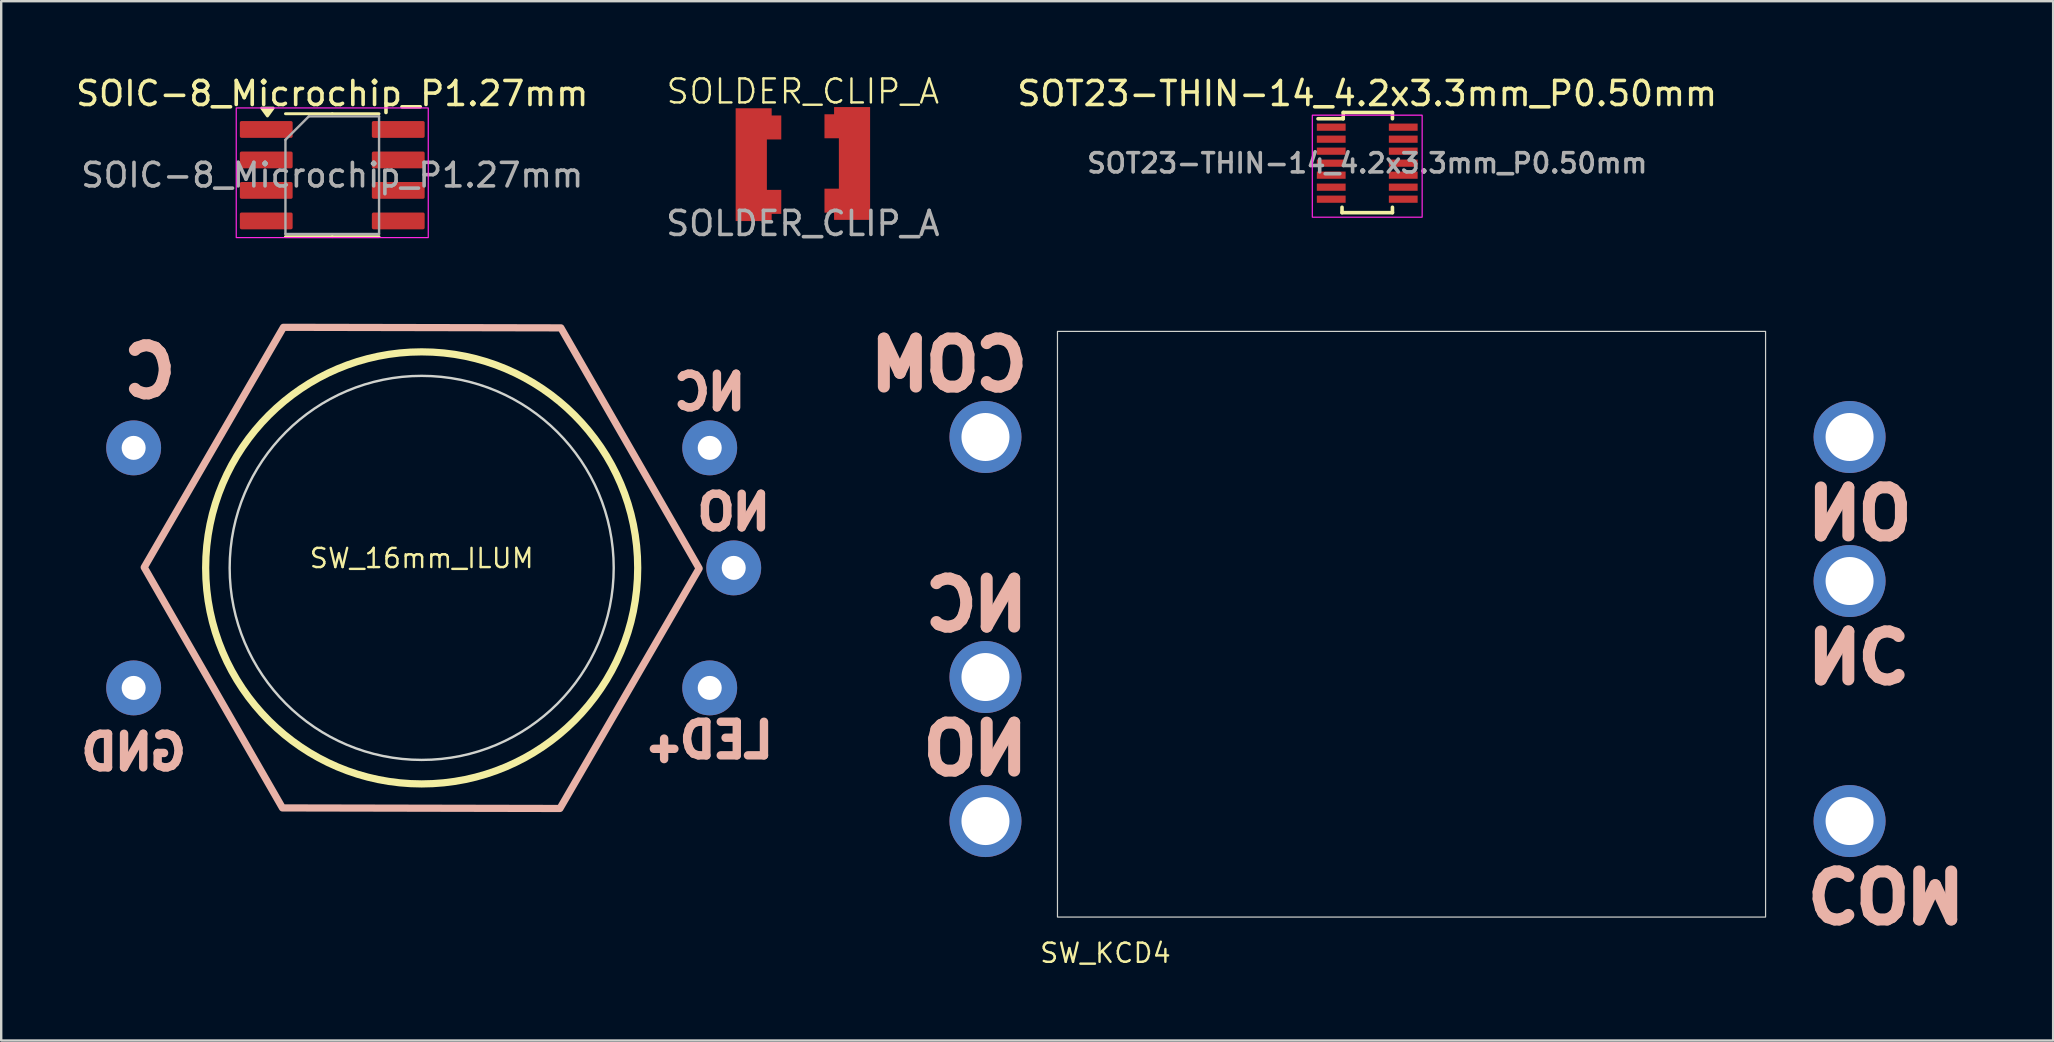
<source format=kicad_pcb>
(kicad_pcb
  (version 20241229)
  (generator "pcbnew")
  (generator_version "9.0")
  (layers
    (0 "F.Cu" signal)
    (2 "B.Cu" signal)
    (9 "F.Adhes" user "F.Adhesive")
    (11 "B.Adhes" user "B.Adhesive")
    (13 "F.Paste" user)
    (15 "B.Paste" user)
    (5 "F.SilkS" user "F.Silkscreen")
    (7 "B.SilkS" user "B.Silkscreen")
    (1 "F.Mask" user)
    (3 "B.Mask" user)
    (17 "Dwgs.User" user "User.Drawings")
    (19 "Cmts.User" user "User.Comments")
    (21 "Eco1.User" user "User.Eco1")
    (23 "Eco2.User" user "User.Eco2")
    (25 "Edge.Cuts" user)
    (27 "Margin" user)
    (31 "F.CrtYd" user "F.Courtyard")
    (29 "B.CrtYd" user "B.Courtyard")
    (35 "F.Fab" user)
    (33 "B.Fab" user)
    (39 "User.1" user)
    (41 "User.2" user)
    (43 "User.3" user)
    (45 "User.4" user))
  (footprint "SOLDER_CLIP_A"
    (layer "F.Cu")
    (at 30.399 3.76)
    (property "Reference" "SOLDER_CLIP_A" (at 0 -3 0) (unlocked yes) (layer "F.SilkS") (effects (font (size 1 1) (thickness 0.1))))
    (attr smd)
    (fp_text user "${REFERENCE}" (at 0 2.5 0) (unlocked yes) (layer "F.Fab") (effects (font (size 1 1) (thickness 0.15))))
    (pad "" smd custom (at -2.3 0.05 270) (size 1 1) (property pad_prop_heatsink) (layers "F.Cu" "F.Mask" "F.Paste") (options (anchor rect)) (primitives (gr_poly (pts (xy -2.35 0.5) (xy -2.35 -1) (xy -2.05 -1) (xy -2.05 -1.4) (xy -1.05 -1.4) (xy -1.05 -0.8) (xy 0 -0.8) (xy 1.05 -0.8) (xy 1.05 -1.4) (xy 2.05 -1.4) (xy 2.05 -1) (xy 2.35 -1) (xy 2.35 0.5) (xy 0 0.5)) (width 0.001) (fill yes))))
    (pad "" smd custom (at 2.3 0 90) (size 1 1) (property pad_prop_heatsink) (layers "F.Cu" "F.Mask" "F.Paste") (options (anchor rect)) (primitives (gr_poly (pts (xy -2.35 0.5) (xy -2.35 -1) (xy -2.05 -1) (xy -2.05 -1.4) (xy -1.05 -1.4) (xy -1.05 -0.8) (xy 0 -0.8) (xy 1.05 -0.8) (xy 1.05 -1.4) (xy 2.05 -1.4) (xy 2.05 -1) (xy 2.35 -1) (xy 2.35 0.5) (xy 0 0.5)) (width 0.001) (fill yes)))))
  (footprint "SOIC-8_Microchip_P1.27mm"
    (layer "F.Cu")
    (at 10.792 4.248)
    (property "Reference" "SOIC-8_Microchip_P1.27mm" (at 0 -3.4 0) (layer "F.SilkS") (effects (font (size 1 1) (thickness 0.15))))
    (attr smd)
    (fp_line (start 0 -2.56) (end -1.95 -2.56) (stroke (width 0.12) (type solid)) (layer "F.SilkS"))
    (fp_line (start 0 -2.56) (end 1.95 -2.56) (stroke (width 0.12) (type solid)) (layer "F.SilkS"))
    (fp_line (start 0 2.56) (end -1.95 2.56) (stroke (width 0.12) (type solid)) (layer "F.SilkS"))
    (fp_line (start 0 2.56) (end 1.95 2.56) (stroke (width 0.12) (type solid)) (layer "F.SilkS"))
    (fp_poly (pts (xy -2.7 -2.465) (xy -2.94 -2.795) (xy -2.46 -2.795) (xy -2.7 -2.465)) (stroke (width 0.12) (type solid)) (fill yes) (layer "F.SilkS"))
    (fp_rect (start -4 -2.8) (end 4 2.6) (stroke (width 0.05) (type default)) (fill no) (layer "F.CrtYd"))
    (fp_line (start -1.95 -1.475) (end -0.975 -2.45) (stroke (width 0.1) (type solid)) (layer "F.Fab"))
    (fp_line (start -1.95 2.45) (end -1.95 -1.475) (stroke (width 0.1) (type solid)) (layer "F.Fab"))
    (fp_line (start -0.975 -2.45) (end 1.95 -2.45) (stroke (width 0.1) (type solid)) (layer "F.Fab"))
    (fp_line (start 1.95 -2.45) (end 1.95 2.45) (stroke (width 0.1) (type solid)) (layer "F.Fab"))
    (fp_line (start 1.95 2.45) (end -1.95 2.45) (stroke (width 0.1) (type solid)) (layer "F.Fab"))
    (fp_text user "${REFERENCE}" (at 0 0 0) (layer "F.Fab") (effects (font (size 0.98 0.98) (thickness 0.15))))
    (pad "1" smd roundrect (at -2.75 -1.905) (size 2.2 0.7) (layers "F.Cu" "F.Mask" "F.Paste") (roundrect_rratio 0.1))
    (pad "2" smd roundrect (at -2.75 -0.635) (size 2.2 0.7) (layers "F.Cu" "F.Mask" "F.Paste") (roundrect_rratio 0.1))
    (pad "3" smd roundrect (at -2.75 0.635) (size 2.2 0.7) (layers "F.Cu" "F.Mask" "F.Paste") (roundrect_rratio 0.1))
    (pad "4" smd roundrect (at -2.75 1.905) (size 2.2 0.7) (layers "F.Cu" "F.Mask" "F.Paste") (roundrect_rratio 0.1))
    (pad "5" smd roundrect (at 2.75 1.905) (size 2.2 0.7) (layers "F.Cu" "F.Mask" "F.Paste") (roundrect_rratio 0.1))
    (pad "6" smd roundrect (at 2.75 0.635) (size 2.2 0.7) (layers "F.Cu" "F.Mask" "F.Paste") (roundrect_rratio 0.1))
    (pad "7" smd roundrect (at 2.75 -0.635) (size 2.2 0.7) (layers "F.Cu" "F.Mask" "F.Paste") (roundrect_rratio 0.1))
    (pad "8" smd roundrect (at 2.75 -1.905) (size 2.2 0.7) (layers "F.Cu" "F.Mask" "F.Paste") (roundrect_rratio 0.1)))
  (footprint "SW_16mm_ILUM"
    (layer "F.Cu")
    (at 14.518 20.609)
    (property "Reference" "SW_16mm_ILUM" (at 0 -0.4 0) (unlocked yes) (layer "F.SilkS") (effects (font (size 0.8 0.8) (thickness 0.1))))
    (attr through_hole)
    (fp_circle (center 0 0) (end 9 0) (stroke (width 0.3) (type default)) (fill no) (layer "F.SilkS"))
    (fp_poly (pts (xy 5.8 -10) (xy 11.56 0.023) (xy 5.76 10.023) (xy -5.8 10) (xy -11.56 -0.023) (xy -5.76 -10.023)) (stroke (width 0.3) (type solid)) (fill no) (layer "B.SilkS"))
    (fp_circle (center 0 0) (end 8 0) (stroke (width 0.1) (type default)) (fill no) (layer "Edge.Cuts"))
    (fp_text user "LED_{+}" (at 12 8 0) (unlocked yes) (layer "B.SilkS") (effects (font (size 1.4 1.4) (thickness 0.35) (bold yes)) (justify bottom mirror)))
    (fp_text user "NO" (at 13 -1.5 0) (unlocked yes) (layer "B.SilkS") (effects (font (size 1.4 1.4) (thickness 0.35) (bold yes)) (justify bottom mirror)))
    (fp_text user "GND" (at -12 8.5 0) (unlocked yes) (layer "B.SilkS") (effects (font (size 1.4 1.4) (thickness 0.35) (bold yes)) (justify bottom mirror)))
    (fp_text user "C" (at -10 -7 0) (unlocked yes) (layer "B.SilkS") (effects (font (size 2 2) (thickness 0.5) (bold yes)) (justify left bottom mirror)))
    (fp_text user "NC" (at 12 -6.5 0) (unlocked yes) (layer "B.SilkS") (effects (font (size 1.4 1.4) (thickness 0.35) (bold yes)) (justify bottom mirror)))
    (pad "1" thru_hole circle (at -12 5) (size 2.286 2.286) (drill 1) (layers "*.Cu" "*.Mask"))
    (pad "2" thru_hole circle (at 12 5) (size 2.286 2.286) (drill 1) (layers "*.Cu" "*.Mask"))
    (pad "3" thru_hole circle (at -12 -5) (size 2.286 2.286) (drill 1) (layers "*.Cu" "*.Mask"))
    (pad "4" thru_hole circle (at 12 -5) (size 2.286 2.286) (drill 1) (layers "*.Cu" "*.Mask"))
    (pad "5" thru_hole circle (at 13 0) (size 2.286 2.286) (drill 1) (layers "*.Cu" "*.Mask")))
  (footprint "SW_KCD4"
    (layer "F.Cu")
    (at 41.006 35.156)
    (property "Reference" "SW_KCD4" (at 2 1.5 0) (unlocked yes) (layer "F.SilkS") (effects (font (size 0.8 0.8) (thickness 0.1))))
    (attr through_hole)
    (fp_rect (start 0 -24.4) (end 29.5 0) (stroke (width 0.05) (type default)) (fill no) (layer "Edge.Cuts"))
    (fp_text user "COM" (at 31 -1 180) (unlocked yes) (layer "B.SilkS") (effects (font (size 2 2) (thickness 0.5) (bold yes)) (justify left mirror)))
    (fp_text user "NO" (at -1 -7 0) (unlocked yes) (layer "B.SilkS") (effects (font (size 2 2) (thickness 0.5) (bold yes)) (justify left mirror)))
    (fp_text user "COM" (at -1 -23 0) (unlocked yes) (layer "B.SilkS") (effects (font (size 2 2) (thickness 0.5) (bold yes)) (justify left mirror)))
    (fp_text user "NC" (at -1 -13 0) (unlocked yes) (layer "B.SilkS") (effects (font (size 2 2) (thickness 0.5) (bold yes)) (justify left mirror)))
    (fp_text user "NO" (at 31 -17 180) (unlocked yes) (layer "B.SilkS") (effects (font (size 2 2) (thickness 0.5) (bold yes)) (justify left mirror)))
    (fp_text user "NC" (at 31 -11 180) (unlocked yes) (layer "B.SilkS") (effects (font (size 2 2) (thickness 0.5) (bold yes)) (justify left mirror)))
    (pad "1" thru_hole circle (at -3 -10) (size 3 3) (drill 2) (layers "*.Cu" "*.Mask"))
    (pad "2" thru_hole circle (at -3 -20) (size 3 3) (drill 2) (layers "*.Cu" "*.Mask"))
    (pad "3" thru_hole circle (at -3 -4) (size 3 3) (drill 2) (layers "*.Cu" "*.Mask"))
    (pad "4" thru_hole circle (at 33 -14) (size 3 3) (drill 2) (layers "*.Cu" "*.Mask"))
    (pad "5" thru_hole circle (at 33 -4) (size 3 3) (drill 2) (layers "*.Cu" "*.Mask"))
    (pad "6" thru_hole circle (at 33 -20) (size 3 3) (drill 2) (layers "*.Cu" "*.Mask")))
  (footprint "SOT23-THIN-14_4.2x3.3mm_P0.50mm"
    (layer "F.Cu")
    (at 53.911 3.748)
    (property "Reference" "SOT23-THIN-14_4.2x3.3mm_P0.50mm" (at 0 -2.9 0) (layer "F.SilkS") (effects (font (size 1 1) (thickness 0.15))))
    (attr smd)
    (fp_line (start -1.05 2.062) (end -1.05 1.837) (stroke (width 0.15) (type solid)) (layer "F.SilkS"))
    (fp_line (start -1.05 2.062) (end 1.05 2.062) (stroke (width 0.15) (type solid)) (layer "F.SilkS"))
    (fp_line (start -1 -2.112) (end -1 -1.85) (stroke (width 0.15) (type solid)) (layer "F.SilkS"))
    (fp_line (start -1 -2.112) (end 1.05 -2.112) (stroke (width 0.15) (type solid)) (layer "F.SilkS"))
    (fp_line (start -1 -1.85) (end -2.05 -1.85) (stroke (width 0.15) (type solid)) (layer "F.SilkS"))
    (fp_line (start 1.05 -2.112) (end 1.05 -1.85) (stroke (width 0.15) (type solid)) (layer "F.SilkS"))
    (fp_line (start 1.05 2.062) (end 1.05 1.837) (stroke (width 0.15) (type solid)) (layer "F.SilkS"))
    (fp_rect (start -2.288 2.25) (end 2.288 -2) (stroke (width 0.05) (type default)) (fill no) (layer "F.CrtYd"))
    (fp_text user "${REFERENCE}" (at 0 0 0) (layer "F.Fab") (effects (font (size 0.8 0.8) (thickness 0.15))))
    (pad "1" smd rect (at -1.5 -1.5) (size 1.2 0.3) (layers "F.Cu" "F.Mask" "F.Paste"))
    (pad "2" smd rect (at -1.5 -1) (size 1.2 0.3) (layers "F.Cu" "F.Mask" "F.Paste"))
    (pad "3" smd rect (at -1.5 -0.5) (size 1.2 0.3) (layers "F.Cu" "F.Mask" "F.Paste"))
    (pad "4" smd rect (at -1.5 0) (size 1.2 0.3) (layers "F.Cu" "F.Mask" "F.Paste"))
    (pad "5" smd rect (at -1.5 0.5) (size 1.2 0.3) (layers "F.Cu" "F.Mask" "F.Paste"))
    (pad "6" smd rect (at -1.5 1) (size 1.2 0.3) (layers "F.Cu" "F.Mask" "F.Paste"))
    (pad "7" smd rect (at -1.5 1.5) (size 1.2 0.3) (layers "F.Cu" "F.Mask" "F.Paste"))
    (pad "8" smd rect (at 1.5 1.5) (size 1.2 0.3) (layers "F.Cu" "F.Mask" "F.Paste"))
    (pad "9" smd rect (at 1.5 1) (size 1.2 0.3) (layers "F.Cu" "F.Mask" "F.Paste"))
    (pad "10" smd rect (at 1.5 0.5) (size 1.2 0.3) (layers "F.Cu" "F.Mask" "F.Paste"))
    (pad "11" smd rect (at 1.5 0) (size 1.2 0.3) (layers "F.Cu" "F.Mask" "F.Paste"))
    (pad "12" smd rect (at 1.5 -0.5) (size 1.2 0.3) (layers "F.Cu" "F.Mask" "F.Paste"))
    (pad "13" smd rect (at 1.5 -1) (size 1.2 0.3) (layers "F.Cu" "F.Mask" "F.Paste"))
    (pad "14" smd rect (at 1.5 -1.5) (size 1.2 0.3) (layers "F.Cu" "F.Mask" "F.Paste")))
  (gr_rect
    (start -3 -3)
    (end 82.487 40.3)
    (stroke (width 0.1) (type default))
    (fill no)
    (layer "Edge.Cuts")))
</source>
